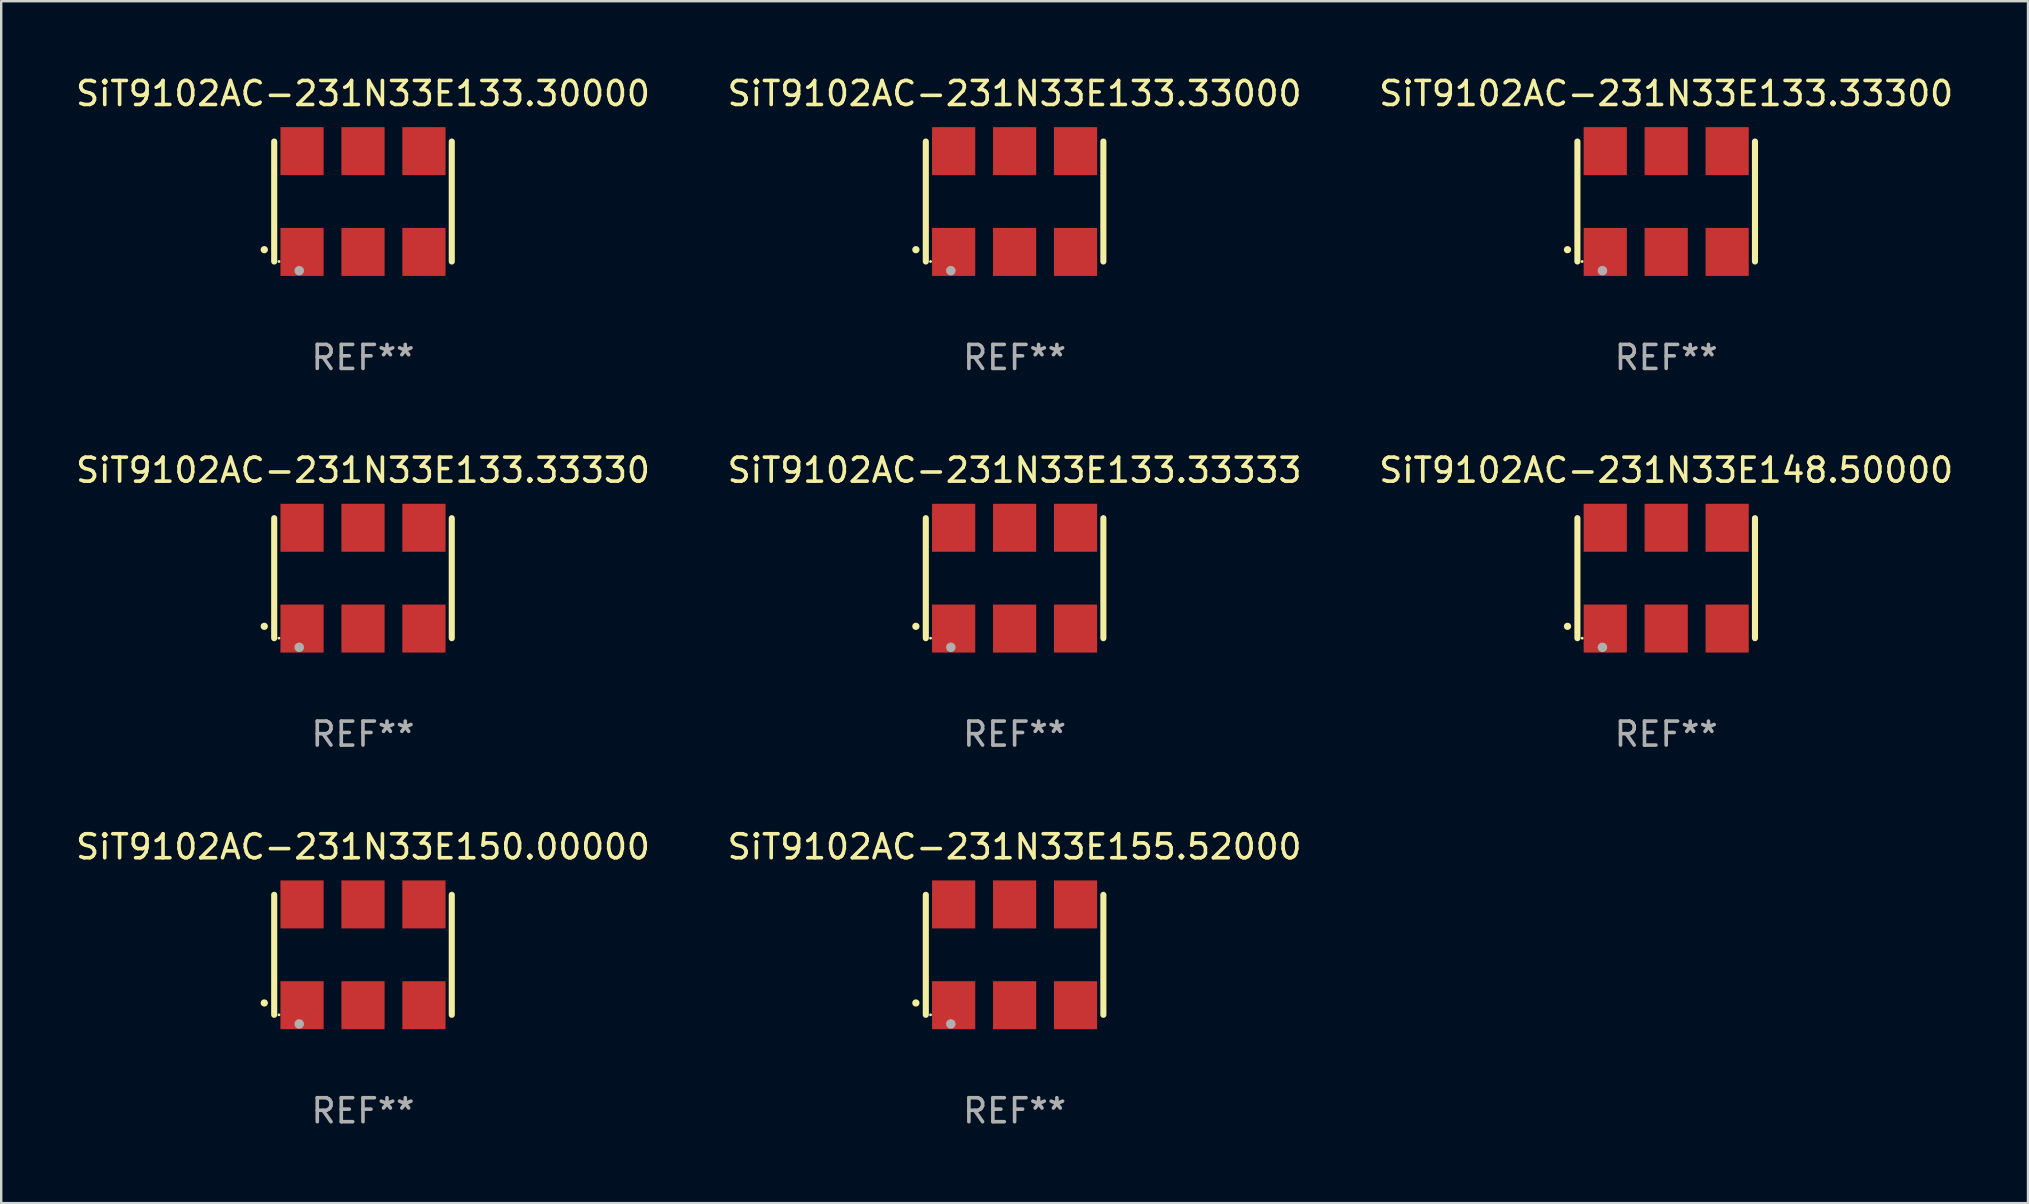
<source format=kicad_pcb>
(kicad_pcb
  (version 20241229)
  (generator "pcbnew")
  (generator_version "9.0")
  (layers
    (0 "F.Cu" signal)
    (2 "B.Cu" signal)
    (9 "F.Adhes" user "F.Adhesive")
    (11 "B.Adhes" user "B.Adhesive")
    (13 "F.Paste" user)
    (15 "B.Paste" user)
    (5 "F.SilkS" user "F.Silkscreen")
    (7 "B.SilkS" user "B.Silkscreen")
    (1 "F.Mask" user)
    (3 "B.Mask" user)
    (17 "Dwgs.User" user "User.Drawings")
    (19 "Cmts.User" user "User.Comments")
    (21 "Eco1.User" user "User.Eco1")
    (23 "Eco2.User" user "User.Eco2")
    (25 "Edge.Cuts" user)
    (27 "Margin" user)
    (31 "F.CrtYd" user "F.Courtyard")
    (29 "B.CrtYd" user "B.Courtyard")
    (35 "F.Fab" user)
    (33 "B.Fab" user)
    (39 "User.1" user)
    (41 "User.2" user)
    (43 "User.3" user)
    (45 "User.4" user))
  (footprint "SiT9102AC-231N33E133.33330"
    (layer "F.Cu")
    (at 12.077 21.045)
    (property "Reference" "SiT9102AC-231N33E133.33330" (at 0 -4.5 0) (layer "F.SilkS") (effects (font (size 1 1) (thickness 0.15))))
    (attr through_hole)
    (fp_line (start -3.7 -2.5) (end -3.7 2.5) (stroke (width 0.254) (type solid)) (layer "F.SilkS"))
    (fp_line (start 3.7 -2.5) (end 3.7 2.5) (stroke (width 0.254) (type solid)) (layer "F.SilkS"))
    (fp_arc (start -4.114415 2.006604) (mid -4.113145 2.006599) (end -4.111875 2.006604) (stroke (width 0.3) (type solid)) (layer "F.SilkS"))
    (fp_circle (center -3.502 2.5) (end -3.472 2.5) (stroke (width 0.06) (type solid)) (fill no) (layer "F.SilkS"))
    (fp_circle (center -2.657 2.882) (end -2.557 2.882) (stroke (width 0.2) (type solid)) (fill no) (layer "F.Fab"))
    (fp_text user "REF**" (at 0 6.5 0) (layer "F.Fab") (effects (font (size 1 1) (thickness 0.15))))
    (pad "1" smd rect (at -2.54 2.1) (size 1.8 2) (layers "F.Cu" "F.Mask" "F.Paste"))
    (pad "2" smd rect (at 0.000394 2.1) (size 1.8 2) (layers "F.Cu" "F.Mask" "F.Paste"))
    (pad "3" smd rect (at 2.54 2.1) (size 1.8 2) (layers "F.Cu" "F.Mask" "F.Paste"))
    (pad "4" smd rect (at 2.54 -2.1) (size 1.8 2) (layers "F.Cu" "F.Mask" "F.Paste"))
    (pad "5" smd rect (at 0.000394 -2.1) (size 1.8 2) (layers "F.Cu" "F.Mask" "F.Paste"))
    (pad "6" smd rect (at -2.54 -2.1) (size 1.8 2) (layers "F.Cu" "F.Mask" "F.Paste")))
  (footprint "SiT9102AC-231N33E133.33300"
    (layer "F.Cu")
    (at 66.387 5.348)
    (property "Reference" "SiT9102AC-231N33E133.33300" (at 0 -4.5 0) (layer "F.SilkS") (effects (font (size 1 1) (thickness 0.15))))
    (attr through_hole)
    (fp_line (start -3.7 -2.5) (end -3.7 2.5) (stroke (width 0.254) (type solid)) (layer "F.SilkS"))
    (fp_line (start 3.7 -2.5) (end 3.7 2.5) (stroke (width 0.254) (type solid)) (layer "F.SilkS"))
    (fp_arc (start -4.114415 2.006604) (mid -4.113145 2.006599) (end -4.111875 2.006604) (stroke (width 0.3) (type solid)) (layer "F.SilkS"))
    (fp_circle (center -3.502 2.5) (end -3.472 2.5) (stroke (width 0.06) (type solid)) (fill no) (layer "F.SilkS"))
    (fp_circle (center -2.657 2.882) (end -2.557 2.882) (stroke (width 0.2) (type solid)) (fill no) (layer "F.Fab"))
    (fp_text user "REF**" (at 0 6.5 0) (layer "F.Fab") (effects (font (size 1 1) (thickness 0.15))))
    (pad "1" smd rect (at -2.54 2.1) (size 1.8 2) (layers "F.Cu" "F.Mask" "F.Paste"))
    (pad "2" smd rect (at 0.000394 2.1) (size 1.8 2) (layers "F.Cu" "F.Mask" "F.Paste"))
    (pad "3" smd rect (at 2.54 2.1) (size 1.8 2) (layers "F.Cu" "F.Mask" "F.Paste"))
    (pad "4" smd rect (at 2.54 -2.1) (size 1.8 2) (layers "F.Cu" "F.Mask" "F.Paste"))
    (pad "5" smd rect (at 0.000394 -2.1) (size 1.8 2) (layers "F.Cu" "F.Mask" "F.Paste"))
    (pad "6" smd rect (at -2.54 -2.1) (size 1.8 2) (layers "F.Cu" "F.Mask" "F.Paste")))
  (footprint "SiT9102AC-231N33E148.50000"
    (layer "F.Cu")
    (at 66.387 21.045)
    (property "Reference" "SiT9102AC-231N33E148.50000" (at 0 -4.5 0) (layer "F.SilkS") (effects (font (size 1 1) (thickness 0.15))))
    (attr through_hole)
    (fp_line (start -3.7 -2.5) (end -3.7 2.5) (stroke (width 0.254) (type solid)) (layer "F.SilkS"))
    (fp_line (start 3.7 -2.5) (end 3.7 2.5) (stroke (width 0.254) (type solid)) (layer "F.SilkS"))
    (fp_arc (start -4.114415 2.006604) (mid -4.113145 2.006599) (end -4.111875 2.006604) (stroke (width 0.3) (type solid)) (layer "F.SilkS"))
    (fp_circle (center -3.502 2.5) (end -3.472 2.5) (stroke (width 0.06) (type solid)) (fill no) (layer "F.SilkS"))
    (fp_circle (center -2.657 2.882) (end -2.557 2.882) (stroke (width 0.2) (type solid)) (fill no) (layer "F.Fab"))
    (fp_text user "REF**" (at 0 6.5 0) (layer "F.Fab") (effects (font (size 1 1) (thickness 0.15))))
    (pad "1" smd rect (at -2.54 2.1) (size 1.8 2) (layers "F.Cu" "F.Mask" "F.Paste"))
    (pad "2" smd rect (at 0.000394 2.1) (size 1.8 2) (layers "F.Cu" "F.Mask" "F.Paste"))
    (pad "3" smd rect (at 2.54 2.1) (size 1.8 2) (layers "F.Cu" "F.Mask" "F.Paste"))
    (pad "4" smd rect (at 2.54 -2.1) (size 1.8 2) (layers "F.Cu" "F.Mask" "F.Paste"))
    (pad "5" smd rect (at 0.000394 -2.1) (size 1.8 2) (layers "F.Cu" "F.Mask" "F.Paste"))
    (pad "6" smd rect (at -2.54 -2.1) (size 1.8 2) (layers "F.Cu" "F.Mask" "F.Paste")))
  (footprint "SiT9102AC-231N33E133.30000"
    (layer "F.Cu")
    (at 12.077 5.348)
    (property "Reference" "SiT9102AC-231N33E133.30000" (at 0 -4.5 0) (layer "F.SilkS") (effects (font (size 1 1) (thickness 0.15))))
    (attr through_hole)
    (fp_line (start -3.7 -2.5) (end -3.7 2.5) (stroke (width 0.254) (type solid)) (layer "F.SilkS"))
    (fp_line (start 3.7 -2.5) (end 3.7 2.5) (stroke (width 0.254) (type solid)) (layer "F.SilkS"))
    (fp_arc (start -4.114415 2.006604) (mid -4.113145 2.006599) (end -4.111875 2.006604) (stroke (width 0.3) (type solid)) (layer "F.SilkS"))
    (fp_circle (center -3.502 2.5) (end -3.472 2.5) (stroke (width 0.06) (type solid)) (fill no) (layer "F.SilkS"))
    (fp_circle (center -2.657 2.882) (end -2.557 2.882) (stroke (width 0.2) (type solid)) (fill no) (layer "F.Fab"))
    (fp_text user "REF**" (at 0 6.5 0) (layer "F.Fab") (effects (font (size 1 1) (thickness 0.15))))
    (pad "1" smd rect (at -2.54 2.1) (size 1.8 2) (layers "F.Cu" "F.Mask" "F.Paste"))
    (pad "2" smd rect (at 0.000394 2.1) (size 1.8 2) (layers "F.Cu" "F.Mask" "F.Paste"))
    (pad "3" smd rect (at 2.54 2.1) (size 1.8 2) (layers "F.Cu" "F.Mask" "F.Paste"))
    (pad "4" smd rect (at 2.54 -2.1) (size 1.8 2) (layers "F.Cu" "F.Mask" "F.Paste"))
    (pad "5" smd rect (at 0.000394 -2.1) (size 1.8 2) (layers "F.Cu" "F.Mask" "F.Paste"))
    (pad "6" smd rect (at -2.54 -2.1) (size 1.8 2) (layers "F.Cu" "F.Mask" "F.Paste")))
  (footprint "SiT9102AC-231N33E133.33333"
    (layer "F.Cu")
    (at 39.232 21.045)
    (property "Reference" "SiT9102AC-231N33E133.33333" (at 0 -4.5 0) (layer "F.SilkS") (effects (font (size 1 1) (thickness 0.15))))
    (attr through_hole)
    (fp_line (start -3.7 -2.5) (end -3.7 2.5) (stroke (width 0.254) (type solid)) (layer "F.SilkS"))
    (fp_line (start 3.7 -2.5) (end 3.7 2.5) (stroke (width 0.254) (type solid)) (layer "F.SilkS"))
    (fp_arc (start -4.114415 2.006604) (mid -4.113145 2.006599) (end -4.111875 2.006604) (stroke (width 0.3) (type solid)) (layer "F.SilkS"))
    (fp_circle (center -3.502 2.5) (end -3.472 2.5) (stroke (width 0.06) (type solid)) (fill no) (layer "F.SilkS"))
    (fp_circle (center -2.657 2.882) (end -2.557 2.882) (stroke (width 0.2) (type solid)) (fill no) (layer "F.Fab"))
    (fp_text user "REF**" (at 0 6.5 0) (layer "F.Fab") (effects (font (size 1 1) (thickness 0.15))))
    (pad "1" smd rect (at -2.54 2.1) (size 1.8 2) (layers "F.Cu" "F.Mask" "F.Paste"))
    (pad "2" smd rect (at 0.000394 2.1) (size 1.8 2) (layers "F.Cu" "F.Mask" "F.Paste"))
    (pad "3" smd rect (at 2.54 2.1) (size 1.8 2) (layers "F.Cu" "F.Mask" "F.Paste"))
    (pad "4" smd rect (at 2.54 -2.1) (size 1.8 2) (layers "F.Cu" "F.Mask" "F.Paste"))
    (pad "5" smd rect (at 0.000394 -2.1) (size 1.8 2) (layers "F.Cu" "F.Mask" "F.Paste"))
    (pad "6" smd rect (at -2.54 -2.1) (size 1.8 2) (layers "F.Cu" "F.Mask" "F.Paste")))
  (footprint "SiT9102AC-231N33E155.52000"
    (layer "F.Cu")
    (at 39.232 36.741)
    (property "Reference" "SiT9102AC-231N33E155.52000" (at 0 -4.5 0) (layer "F.SilkS") (effects (font (size 1 1) (thickness 0.15))))
    (attr through_hole)
    (fp_line (start -3.7 -2.5) (end -3.7 2.5) (stroke (width 0.254) (type solid)) (layer "F.SilkS"))
    (fp_line (start 3.7 -2.5) (end 3.7 2.5) (stroke (width 0.254) (type solid)) (layer "F.SilkS"))
    (fp_arc (start -4.114415 2.006604) (mid -4.113145 2.006599) (end -4.111875 2.006604) (stroke (width 0.3) (type solid)) (layer "F.SilkS"))
    (fp_circle (center -3.502 2.5) (end -3.472 2.5) (stroke (width 0.06) (type solid)) (fill no) (layer "F.SilkS"))
    (fp_circle (center -2.657 2.882) (end -2.557 2.882) (stroke (width 0.2) (type solid)) (fill no) (layer "F.Fab"))
    (fp_text user "REF**" (at 0 6.5 0) (layer "F.Fab") (effects (font (size 1 1) (thickness 0.15))))
    (pad "1" smd rect (at -2.54 2.1) (size 1.8 2) (layers "F.Cu" "F.Mask" "F.Paste"))
    (pad "2" smd rect (at 0.000394 2.1) (size 1.8 2) (layers "F.Cu" "F.Mask" "F.Paste"))
    (pad "3" smd rect (at 2.54 2.1) (size 1.8 2) (layers "F.Cu" "F.Mask" "F.Paste"))
    (pad "4" smd rect (at 2.54 -2.1) (size 1.8 2) (layers "F.Cu" "F.Mask" "F.Paste"))
    (pad "5" smd rect (at 0.000394 -2.1) (size 1.8 2) (layers "F.Cu" "F.Mask" "F.Paste"))
    (pad "6" smd rect (at -2.54 -2.1) (size 1.8 2) (layers "F.Cu" "F.Mask" "F.Paste")))
  (footprint "SiT9102AC-231N33E133.33000"
    (layer "F.Cu")
    (at 39.232 5.348)
    (property "Reference" "SiT9102AC-231N33E133.33000" (at 0 -4.5 0) (layer "F.SilkS") (effects (font (size 1 1) (thickness 0.15))))
    (attr through_hole)
    (fp_line (start -3.7 -2.5) (end -3.7 2.5) (stroke (width 0.254) (type solid)) (layer "F.SilkS"))
    (fp_line (start 3.7 -2.5) (end 3.7 2.5) (stroke (width 0.254) (type solid)) (layer "F.SilkS"))
    (fp_arc (start -4.114415 2.006604) (mid -4.113145 2.006599) (end -4.111875 2.006604) (stroke (width 0.3) (type solid)) (layer "F.SilkS"))
    (fp_circle (center -3.502 2.5) (end -3.472 2.5) (stroke (width 0.06) (type solid)) (fill no) (layer "F.SilkS"))
    (fp_circle (center -2.657 2.882) (end -2.557 2.882) (stroke (width 0.2) (type solid)) (fill no) (layer "F.Fab"))
    (fp_text user "REF**" (at 0 6.5 0) (layer "F.Fab") (effects (font (size 1 1) (thickness 0.15))))
    (pad "1" smd rect (at -2.54 2.1) (size 1.8 2) (layers "F.Cu" "F.Mask" "F.Paste"))
    (pad "2" smd rect (at 0.000394 2.1) (size 1.8 2) (layers "F.Cu" "F.Mask" "F.Paste"))
    (pad "3" smd rect (at 2.54 2.1) (size 1.8 2) (layers "F.Cu" "F.Mask" "F.Paste"))
    (pad "4" smd rect (at 2.54 -2.1) (size 1.8 2) (layers "F.Cu" "F.Mask" "F.Paste"))
    (pad "5" smd rect (at 0.000394 -2.1) (size 1.8 2) (layers "F.Cu" "F.Mask" "F.Paste"))
    (pad "6" smd rect (at -2.54 -2.1) (size 1.8 2) (layers "F.Cu" "F.Mask" "F.Paste")))
  (footprint "SiT9102AC-231N33E150.00000"
    (layer "F.Cu")
    (at 12.077 36.741)
    (property "Reference" "SiT9102AC-231N33E150.00000" (at 0 -4.5 0) (layer "F.SilkS") (effects (font (size 1 1) (thickness 0.15))))
    (attr through_hole)
    (fp_line (start -3.7 -2.5) (end -3.7 2.5) (stroke (width 0.254) (type solid)) (layer "F.SilkS"))
    (fp_line (start 3.7 -2.5) (end 3.7 2.5) (stroke (width 0.254) (type solid)) (layer "F.SilkS"))
    (fp_arc (start -4.114415 2.006604) (mid -4.113145 2.006599) (end -4.111875 2.006604) (stroke (width 0.3) (type solid)) (layer "F.SilkS"))
    (fp_circle (center -3.502 2.5) (end -3.472 2.5) (stroke (width 0.06) (type solid)) (fill no) (layer "F.SilkS"))
    (fp_circle (center -2.657 2.882) (end -2.557 2.882) (stroke (width 0.2) (type solid)) (fill no) (layer "F.Fab"))
    (fp_text user "REF**" (at 0 6.5 0) (layer "F.Fab") (effects (font (size 1 1) (thickness 0.15))))
    (pad "1" smd rect (at -2.54 2.1) (size 1.8 2) (layers "F.Cu" "F.Mask" "F.Paste"))
    (pad "2" smd rect (at 0.000394 2.1) (size 1.8 2) (layers "F.Cu" "F.Mask" "F.Paste"))
    (pad "3" smd rect (at 2.54 2.1) (size 1.8 2) (layers "F.Cu" "F.Mask" "F.Paste"))
    (pad "4" smd rect (at 2.54 -2.1) (size 1.8 2) (layers "F.Cu" "F.Mask" "F.Paste"))
    (pad "5" smd rect (at 0.000394 -2.1) (size 1.8 2) (layers "F.Cu" "F.Mask" "F.Paste"))
    (pad "6" smd rect (at -2.54 -2.1) (size 1.8 2) (layers "F.Cu" "F.Mask" "F.Paste")))
  (gr_rect
    (start -3 -3)
    (end 81.464 47.09)
    (stroke (width 0.1) (type default))
    (fill no)
    (layer "Edge.Cuts")))
</source>
